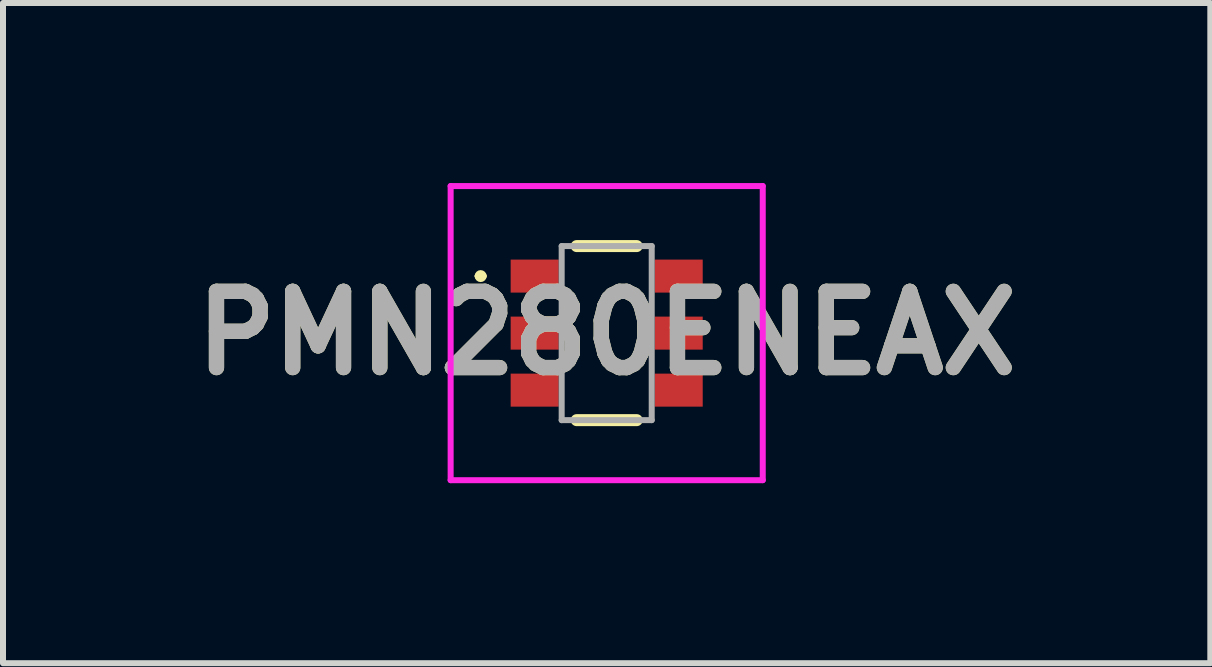
<source format=kicad_pcb>
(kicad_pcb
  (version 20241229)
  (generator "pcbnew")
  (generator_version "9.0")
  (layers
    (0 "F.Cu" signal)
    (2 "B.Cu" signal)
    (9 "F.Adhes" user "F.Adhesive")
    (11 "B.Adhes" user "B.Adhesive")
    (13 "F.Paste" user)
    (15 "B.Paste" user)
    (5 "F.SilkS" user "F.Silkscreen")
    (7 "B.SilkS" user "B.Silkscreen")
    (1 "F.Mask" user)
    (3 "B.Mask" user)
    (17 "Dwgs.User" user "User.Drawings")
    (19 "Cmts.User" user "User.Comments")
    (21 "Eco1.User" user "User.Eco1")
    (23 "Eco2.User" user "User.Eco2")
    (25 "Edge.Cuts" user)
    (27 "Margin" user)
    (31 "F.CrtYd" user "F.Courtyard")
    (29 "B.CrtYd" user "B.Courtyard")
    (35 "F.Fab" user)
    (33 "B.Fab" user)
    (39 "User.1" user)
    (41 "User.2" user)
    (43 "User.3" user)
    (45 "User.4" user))
  (footprint "PMN280ENEAX"
    (layer "F.Cu")
    (at 7.058 2.5)
    (property "Reference" "PMN280ENEAX" (at 0 0 0) (layer "F.SilkS") (effects (font (size 1.27 1.27) (thickness 0.254))))
    (attr smd)
    (fp_line (start -2.15 -0.95) (end -2.15 -0.95) (stroke (width 0.1) (type solid)) (layer "F.SilkS"))
    (fp_line (start -2.05 -0.95) (end -2.05 -0.95) (stroke (width 0.1) (type solid)) (layer "F.SilkS"))
    (fp_line (start -0.5 -1.45) (end 0.5 -1.45) (stroke (width 0.2) (type solid)) (layer "F.SilkS"))
    (fp_line (start -0.5 1.45) (end 0.5 1.45) (stroke (width 0.2) (type solid)) (layer "F.SilkS"))
    (fp_arc (start -2.15 -0.95) (mid -2.1 -1) (end -2.05 -0.95) (stroke (width 0.1) (type solid)) (layer "F.SilkS"))
    (fp_arc (start -2.05 -0.95) (mid -2.1 -0.9) (end -2.15 -0.95) (stroke (width 0.1) (type solid)) (layer "F.SilkS"))
    (fp_line (start -2.6 -2.45) (end 2.6 -2.45) (stroke (width 0.1) (type solid)) (layer "F.CrtYd"))
    (fp_line (start -2.6 2.45) (end -2.6 -2.45) (stroke (width 0.1) (type solid)) (layer "F.CrtYd"))
    (fp_line (start 2.6 -2.45) (end 2.6 2.45) (stroke (width 0.1) (type solid)) (layer "F.CrtYd"))
    (fp_line (start 2.6 2.45) (end -2.6 2.45) (stroke (width 0.1) (type solid)) (layer "F.CrtYd"))
    (fp_line (start -0.75 -1.45) (end -0.75 1.45) (stroke (width 0.1) (type solid)) (layer "F.Fab"))
    (fp_line (start -0.75 1.45) (end 0.75 1.45) (stroke (width 0.1) (type solid)) (layer "F.Fab"))
    (fp_line (start 0.75 -1.45) (end -0.75 -1.45) (stroke (width 0.1) (type solid)) (layer "F.Fab"))
    (fp_line (start 0.75 1.45) (end 0.75 -1.45) (stroke (width 0.1) (type solid)) (layer "F.Fab"))
    (fp_text user "${REFERENCE}" (at 0 0 0) (layer "F.Fab") (effects (font (size 1.27 1.27) (thickness 0.254))))
    (pad "1" smd rect (at -1.2 -0.95 90) (size 0.55 0.8) (layers "F.Cu" "F.Mask" "F.Paste"))
    (pad "2" smd rect (at -1.2 0 90) (size 0.55 0.8) (layers "F.Cu" "F.Mask" "F.Paste"))
    (pad "3" smd rect (at -1.2 0.95 90) (size 0.55 0.8) (layers "F.Cu" "F.Mask" "F.Paste"))
    (pad "4" smd rect (at 1.2 0.95 90) (size 0.55 0.8) (layers "F.Cu" "F.Mask" "F.Paste"))
    (pad "5" smd rect (at 1.2 0 90) (size 0.55 0.8) (layers "F.Cu" "F.Mask" "F.Paste"))
    (pad "6" smd rect (at 1.2 -0.95 90) (size 0.55 0.8) (layers "F.Cu" "F.Mask" "F.Paste")))
  (gr_rect
    (start -3 -3)
    (end 17.115 8)
    (stroke (width 0.1) (type default))
    (fill no)
    (layer "Edge.Cuts")))
</source>
